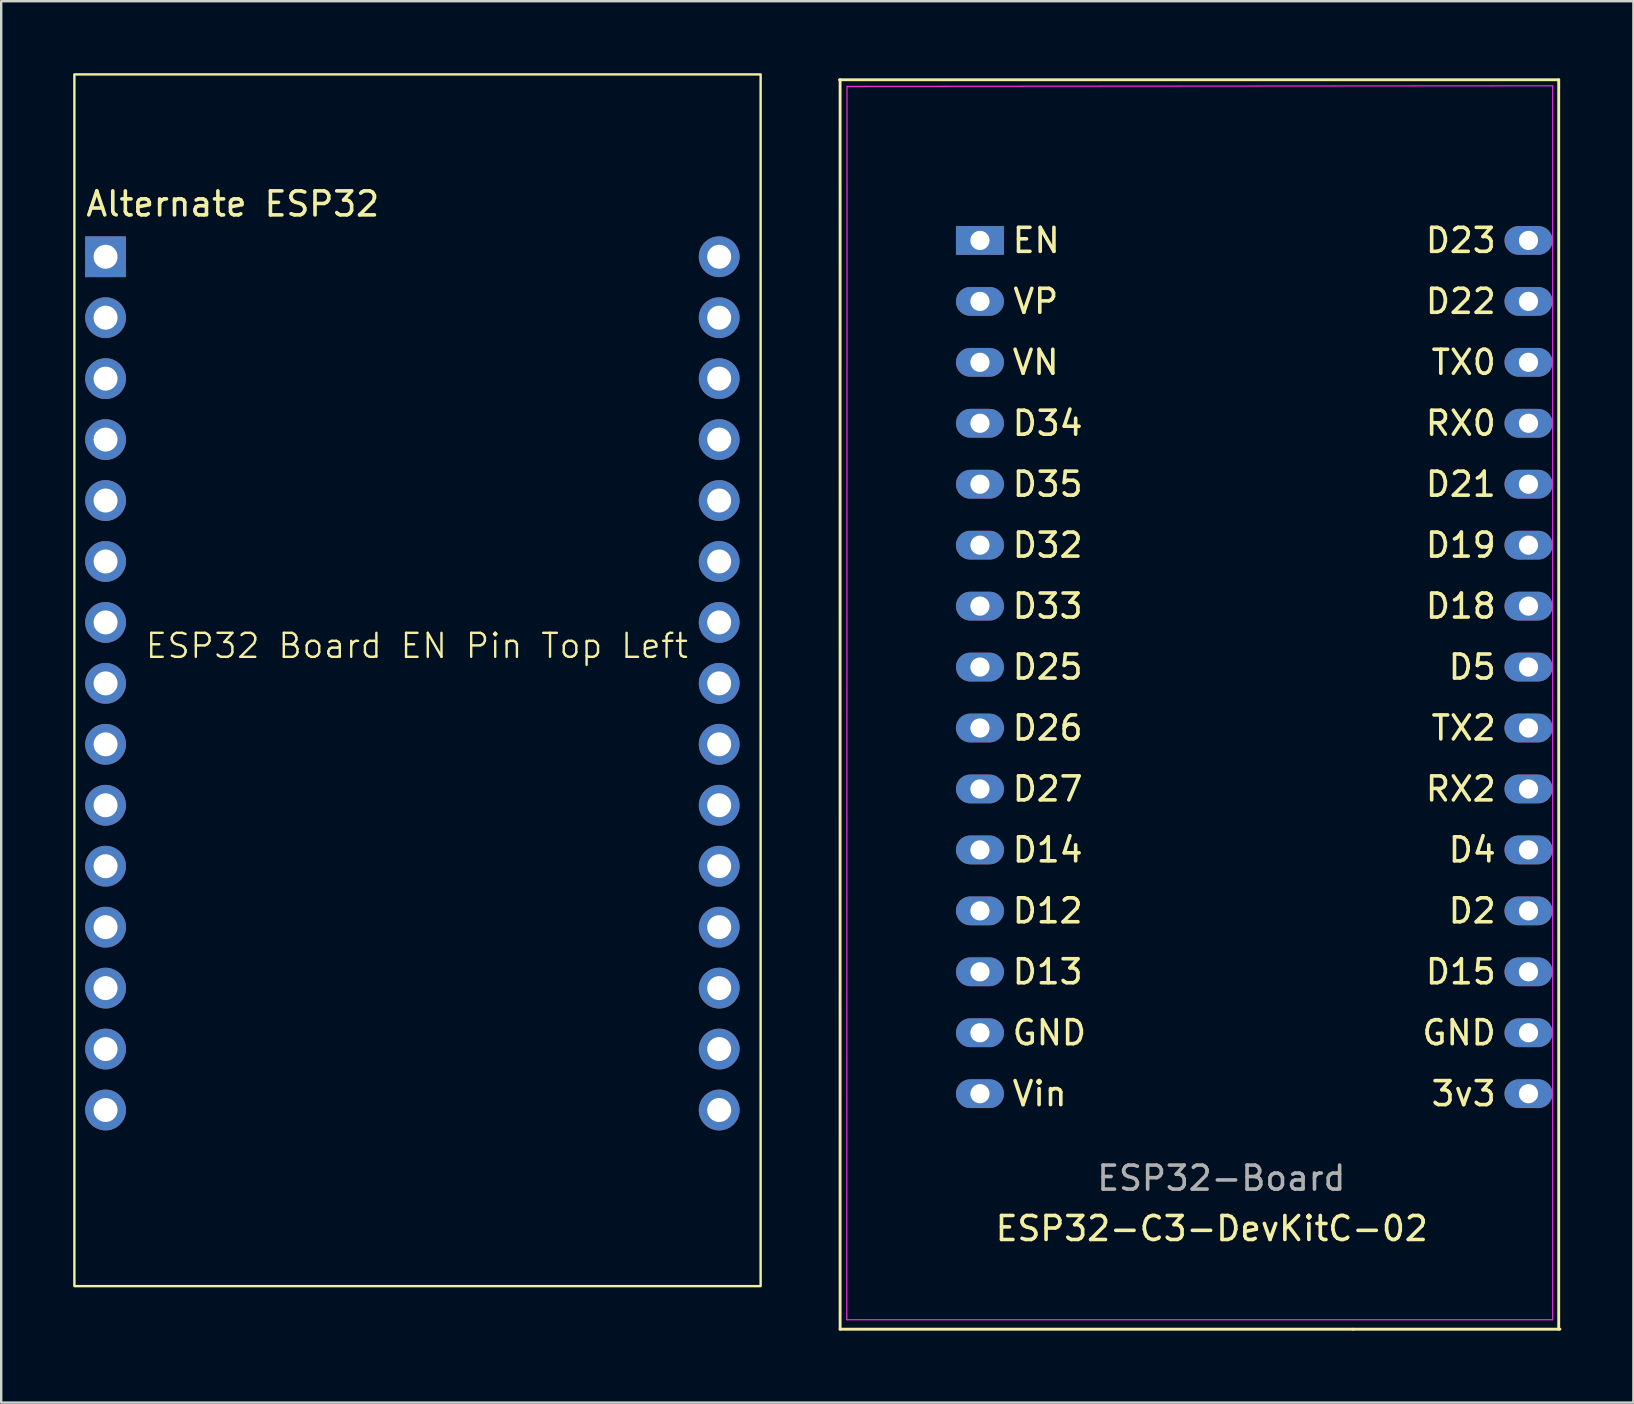
<source format=kicad_pcb>
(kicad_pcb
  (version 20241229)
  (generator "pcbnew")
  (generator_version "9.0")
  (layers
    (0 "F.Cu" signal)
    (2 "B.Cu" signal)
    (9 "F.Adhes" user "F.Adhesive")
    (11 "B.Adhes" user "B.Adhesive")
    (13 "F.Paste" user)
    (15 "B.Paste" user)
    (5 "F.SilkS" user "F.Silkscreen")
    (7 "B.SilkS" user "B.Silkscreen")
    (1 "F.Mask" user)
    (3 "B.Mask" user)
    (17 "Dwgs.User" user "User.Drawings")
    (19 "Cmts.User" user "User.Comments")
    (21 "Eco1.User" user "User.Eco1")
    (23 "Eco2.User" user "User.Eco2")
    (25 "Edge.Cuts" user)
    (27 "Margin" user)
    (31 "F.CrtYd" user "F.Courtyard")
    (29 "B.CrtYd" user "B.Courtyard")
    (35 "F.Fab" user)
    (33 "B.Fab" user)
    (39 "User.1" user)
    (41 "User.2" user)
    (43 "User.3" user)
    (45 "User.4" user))
  (footprint "ESP32-C3-DevKitC-02"
    (layer "F.Cu")
    (at 31.95 0.25)
    (property "Reference" "ESP32-C3-DevKitC-02" (at 15.5 47.9 0) (layer "F.SilkS") (effects (font (size 1 1) (thickness 0.15))))
    (attr through_hole)
    (fp_line (start 0.012 0.025) (end 0.012 52.095) (stroke (width 0.12) (type solid)) (layer "F.SilkS"))
    (fp_line (start 0.012 52.095) (end 21.4 52.095) (stroke (width 0.12) (type solid)) (layer "F.SilkS"))
    (fp_line (start 29.96 0.025) (end -0.012 0.025) (stroke (width 0.12) (type solid)) (layer "F.SilkS"))
    (fp_line (start 29.96 52.095) (end 29.96 0.025) (stroke (width 0.12) (type solid)) (layer "F.SilkS"))
    (fp_line (start 30.012 52.095) (end 21.4 52.095) (stroke (width 0.12) (type default)) (layer "F.SilkS"))
    (fp_line (start 0.29 51.7) (end 0.3 0.3) (stroke (width 0.05) (type solid)) (layer "F.CrtYd"))
    (fp_line (start 0.3 0.3) (end 29.71 0.275) (stroke (width 0.05) (type solid)) (layer "F.CrtYd"))
    (fp_line (start 29.7 51.7) (end 0.29 51.7) (stroke (width 0.05) (type solid)) (layer "F.CrtYd"))
    (fp_line (start 29.71 0.275) (end 29.71 51.7) (stroke (width 0.05) (type solid)) (layer "F.CrtYd"))
    (fp_text user "D2" (at 27.43 34.66 0) (unlocked yes) (layer "F.SilkS") (effects (font (size 1 1) (thickness 0.15)) (justify right)))
    (fp_text user "D19" (at 27.43 19.42 0) (unlocked yes) (layer "F.SilkS") (effects (font (size 1 1) (thickness 0.15)) (justify right)))
    (fp_text user "D33" (at 7.11 21.96 0) (unlocked yes) (layer "F.SilkS") (effects (font (size 1 1) (thickness 0.15)) (justify left)))
    (fp_text user "D35" (at 7.11 16.88 0) (unlocked yes) (layer "F.SilkS") (effects (font (size 1 1) (thickness 0.15)) (justify left)))
    (fp_text user "RX0" (at 27.43 14.34 0) (unlocked yes) (layer "F.SilkS") (effects (font (size 1 1) (thickness 0.15)) (justify right)))
    (fp_text user "D21" (at 27.43 16.88 0) (unlocked yes) (layer "F.SilkS") (effects (font (size 1 1) (thickness 0.15)) (justify right)))
    (fp_text user "D14" (at 7.11 32.12 0) (unlocked yes) (layer "F.SilkS") (effects (font (size 1 1) (thickness 0.15)) (justify left)))
    (fp_text user "D26" (at 7.11 27.04 0) (unlocked yes) (layer "F.SilkS") (effects (font (size 1 1) (thickness 0.15)) (justify left)))
    (fp_text user "RX2" (at 27.43 29.58 0) (unlocked yes) (layer "F.SilkS") (effects (font (size 1 1) (thickness 0.15)) (justify right)))
    (fp_text user "D34" (at 7.11 14.34 0) (unlocked yes) (layer "F.SilkS") (effects (font (size 1 1) (thickness 0.15)) (justify left)))
    (fp_text user "D18" (at 27.43 21.96 0) (unlocked yes) (layer "F.SilkS") (effects (font (size 1 1) (thickness 0.15)) (justify right)))
    (fp_text user "VN" (at 7.11 11.8 0) (unlocked yes) (layer "F.SilkS") (effects (font (size 1 1) (thickness 0.15)) (justify left)))
    (fp_text user "D13" (at 7.11 37.2 0) (unlocked yes) (layer "F.SilkS") (effects (font (size 1 1) (thickness 0.15)) (justify left)))
    (fp_text user "D32" (at 7.11 19.42 0) (unlocked yes) (layer "F.SilkS") (effects (font (size 1 1) (thickness 0.15)) (justify left)))
    (fp_text user "TX0" (at 27.43 11.8 0) (unlocked yes) (layer "F.SilkS") (effects (font (size 1 1) (thickness 0.15)) (justify right)))
    (fp_text user "D22" (at 27.43 9.26 0) (unlocked yes) (layer "F.SilkS") (effects (font (size 1 1) (thickness 0.15)) (justify right)))
    (fp_text user "D25" (at 7.11 24.5 0) (unlocked yes) (layer "F.SilkS") (effects (font (size 1 1) (thickness 0.15)) (justify left)))
    (fp_text user "D23" (at 27.43 6.72 0) (unlocked yes) (layer "F.SilkS") (effects (font (size 1 1) (thickness 0.15)) (justify right)))
    (fp_text user "D4" (at 27.43 32.12 0) (unlocked yes) (layer "F.SilkS") (effects (font (size 1 1) (thickness 0.15)) (justify right)))
    (fp_text user "EN" (at 7.11 6.72 0) (unlocked yes) (layer "F.SilkS") (effects (font (size 1 1) (thickness 0.15)) (justify left)))
    (fp_text user "Vin" (at 7.11 42.28 0) (unlocked yes) (layer "F.SilkS") (effects (font (size 1 1) (thickness 0.15)) (justify left)))
    (fp_text user "D15" (at 27.43 37.2 0) (unlocked yes) (layer "F.SilkS") (effects (font (size 1 1) (thickness 0.15)) (justify right)))
    (fp_text user "D27" (at 7.11 29.58 0) (unlocked yes) (layer "F.SilkS") (effects (font (size 1 1) (thickness 0.15)) (justify left)))
    (fp_text user "D12" (at 7.11 34.66 0) (unlocked yes) (layer "F.SilkS") (effects (font (size 1 1) (thickness 0.15)) (justify left)))
    (fp_text user "VP" (at 7.14 9.26 0) (unlocked yes) (layer "F.SilkS") (effects (font (size 1 1) (thickness 0.15)) (justify left)))
    (fp_text user "GND" (at 7.11 39.74 0) (unlocked yes) (layer "F.SilkS") (effects (font (size 1 1) (thickness 0.15)) (justify left)))
    (fp_text user "GND" (at 27.43 39.74 0) (unlocked yes) (layer "F.SilkS") (effects (font (size 1 1) (thickness 0.15)) (justify right)))
    (fp_text user "TX2" (at 27.43 27.04 0) (unlocked yes) (layer "F.SilkS") (effects (font (size 1 1) (thickness 0.15)) (justify right)))
    (fp_text user "D5" (at 27.43 24.5 0) (unlocked yes) (layer "F.SilkS") (effects (font (size 1 1) (thickness 0.15)) (justify right)))
    (fp_text user "3v3" (at 27.43 42.28 0) (unlocked yes) (layer "F.SilkS") (effects (font (size 1 1) (thickness 0.15)) (justify right)))
    (fp_text user "ESP32-Board" (at 15.9 45.8 0) (layer "F.Fab") (effects (font (size 1 1) (thickness 0.15))))
    (pad "1" thru_hole rect (at 5.84 6.72 270) (size 1.2 2) (drill 0.8) (layers "*.Cu" "*.Mask"))
    (pad "2" thru_hole oval (at 5.84 9.26 270) (size 1.2 2) (drill 0.8) (layers "*.Cu" "*.Mask"))
    (pad "3" thru_hole oval (at 5.84 11.8 270) (size 1.2 2) (drill 0.8) (layers "*.Cu" "*.Mask"))
    (pad "4" thru_hole oval (at 5.84 14.34 270) (size 1.2 2) (drill 0.8) (layers "*.Cu" "*.Mask"))
    (pad "5" thru_hole oval (at 5.84 16.88 270) (size 1.2 2) (drill 0.8) (layers "*.Cu" "*.Mask"))
    (pad "6" thru_hole oval (at 5.84 19.42 270) (size 1.2 2) (drill 0.8) (layers "*.Cu" "*.Mask"))
    (pad "7" thru_hole oval (at 5.84 21.96 270) (size 1.2 2) (drill 0.8) (layers "*.Cu" "*.Mask"))
    (pad "8" thru_hole oval (at 5.84 24.5 270) (size 1.2 2) (drill 0.8) (layers "*.Cu" "*.Mask"))
    (pad "9" thru_hole oval (at 5.84 27.04 270) (size 1.2 2) (drill 0.8) (layers "*.Cu" "*.Mask"))
    (pad "10" thru_hole oval (at 5.84 29.58 270) (size 1.2 2) (drill 0.8) (layers "*.Cu" "*.Mask"))
    (pad "11" thru_hole oval (at 5.84 32.12 270) (size 1.2 2) (drill 0.8) (layers "*.Cu" "*.Mask"))
    (pad "12" thru_hole oval (at 5.84 34.66 270) (size 1.2 2) (drill 0.8) (layers "*.Cu" "*.Mask"))
    (pad "13" thru_hole oval (at 5.84 37.2 270) (size 1.2 2) (drill 0.8) (layers "*.Cu" "*.Mask"))
    (pad "14" thru_hole oval (at 5.84 39.74 270) (size 1.2 2) (drill 0.8) (layers "*.Cu" "*.Mask"))
    (pad "15" thru_hole oval (at 5.84 42.28 270) (size 1.2 2) (drill 0.8) (layers "*.Cu" "*.Mask"))
    (pad "16" thru_hole oval (at 28.7 42.28 270) (size 1.2 2) (drill 0.8) (layers "*.Cu" "*.Mask"))
    (pad "17" thru_hole oval (at 28.7 39.74 270) (size 1.2 2) (drill 0.8) (layers "*.Cu" "*.Mask"))
    (pad "18" thru_hole oval (at 28.7 37.2 270) (size 1.2 2) (drill 0.8) (layers "*.Cu" "*.Mask"))
    (pad "19" thru_hole oval (at 28.7 34.66 270) (size 1.2 2) (drill 0.8) (layers "*.Cu" "*.Mask"))
    (pad "20" thru_hole oval (at 28.7 32.12 270) (size 1.2 2) (drill 0.8) (layers "*.Cu" "*.Mask"))
    (pad "21" thru_hole oval (at 28.7 29.58 270) (size 1.2 2) (drill 0.8) (layers "*.Cu" "*.Mask"))
    (pad "22" thru_hole oval (at 28.7 27.04 270) (size 1.2 2) (drill 0.8) (layers "*.Cu" "*.Mask"))
    (pad "23" thru_hole oval (at 28.7 24.5 270) (size 1.2 2) (drill 0.8) (layers "*.Cu" "*.Mask"))
    (pad "24" thru_hole oval (at 28.7 21.96 270) (size 1.2 2) (drill 0.8) (layers "*.Cu" "*.Mask"))
    (pad "25" thru_hole oval (at 28.7 19.42 270) (size 1.2 2) (drill 0.8) (layers "*.Cu" "*.Mask"))
    (pad "26" thru_hole oval (at 28.7 16.88 270) (size 1.2 2) (drill 0.8) (layers "*.Cu" "*.Mask"))
    (pad "27" thru_hole oval (at 28.7 14.34 270) (size 1.2 2) (drill 0.8) (layers "*.Cu" "*.Mask"))
    (pad "28" thru_hole oval (at 28.7 11.8 270) (size 1.2 2) (drill 0.8) (layers "*.Cu" "*.Mask"))
    (pad "29" thru_hole oval (at 28.7 9.26 270) (size 1.2 2) (drill 0.8) (layers "*.Cu" "*.Mask"))
    (pad "30" thru_hole oval (at 28.7 6.72 270) (size 1.2 2) (drill 0.8) (layers "*.Cu" "*.Mask")))
  (footprint "Alternate ESP32"
    (layer "F.Cu")
    (at 1.35 7.65)
    (property "Reference" "Alternate ESP32" (at 5.3 -2.2 0) (layer "F.SilkS") (effects (font (size 1 1) (thickness 0.15))))
    (attr through_hole)
    (fp_rect (start -1.3 -7.6) (end 27.3 42.9) (stroke (width 0.1) (type default)) (fill no) (layer "F.SilkS"))
    (fp_text user "ESP32 Board EN Pin Top Left" (at 1.6 16.8 0) (unlocked yes) (layer "F.SilkS") (effects (font (size 1 1) (thickness 0.1)) (justify left bottom)))
    (pad "1" thru_hole rect (at 0 0) (size 1.7 1.7) (drill 1) (layers "*.Cu" "*.Mask"))
    (pad "2" thru_hole oval (at 0 2.54) (size 1.7 1.7) (drill 1) (layers "*.Cu" "*.Mask"))
    (pad "3" thru_hole oval (at 0 5.08) (size 1.7 1.7) (drill 1) (layers "*.Cu" "*.Mask"))
    (pad "4" thru_hole oval (at 0 7.62) (size 1.7 1.7) (drill 1) (layers "*.Cu" "*.Mask"))
    (pad "5" thru_hole oval (at 0 10.16) (size 1.7 1.7) (drill 1) (layers "*.Cu" "*.Mask"))
    (pad "6" thru_hole oval (at 0 12.7) (size 1.7 1.7) (drill 1) (layers "*.Cu" "*.Mask"))
    (pad "7" thru_hole oval (at 0 15.24) (size 1.7 1.7) (drill 1) (layers "*.Cu" "*.Mask"))
    (pad "8" thru_hole oval (at 0 17.78) (size 1.7 1.7) (drill 1) (layers "*.Cu" "*.Mask"))
    (pad "9" thru_hole oval (at 0 20.32) (size 1.7 1.7) (drill 1) (layers "*.Cu" "*.Mask"))
    (pad "10" thru_hole oval (at 0 22.86) (size 1.7 1.7) (drill 1) (layers "*.Cu" "*.Mask"))
    (pad "11" thru_hole oval (at 0 25.4) (size 1.7 1.7) (drill 1) (layers "*.Cu" "*.Mask"))
    (pad "12" thru_hole oval (at 0 27.94) (size 1.7 1.7) (drill 1) (layers "*.Cu" "*.Mask"))
    (pad "13" thru_hole oval (at 0 30.48) (size 1.7 1.7) (drill 1) (layers "*.Cu" "*.Mask"))
    (pad "14" thru_hole oval (at 0 33.02) (size 1.7 1.7) (drill 1) (layers "*.Cu" "*.Mask"))
    (pad "15" thru_hole oval (at 0 35.56) (size 1.7 1.7) (drill 1) (layers "*.Cu" "*.Mask"))
    (pad "16" thru_hole oval (at 25.572 35.56) (size 1.7 1.7) (drill 1) (layers "*.Cu" "*.Mask"))
    (pad "17" thru_hole oval (at 25.572 33.02) (size 1.7 1.7) (drill 1) (layers "*.Cu" "*.Mask"))
    (pad "18" thru_hole oval (at 25.572 30.48) (size 1.7 1.7) (drill 1) (layers "*.Cu" "*.Mask"))
    (pad "19" thru_hole oval (at 25.572 27.94) (size 1.7 1.7) (drill 1) (layers "*.Cu" "*.Mask"))
    (pad "20" thru_hole oval (at 25.572 25.4) (size 1.7 1.7) (drill 1) (layers "*.Cu" "*.Mask"))
    (pad "21" thru_hole oval (at 25.572 22.86) (size 1.7 1.7) (drill 1) (layers "*.Cu" "*.Mask"))
    (pad "22" thru_hole oval (at 25.572 20.32) (size 1.7 1.7) (drill 1) (layers "*.Cu" "*.Mask"))
    (pad "23" thru_hole oval (at 25.572 17.78) (size 1.7 1.7) (drill 1) (layers "*.Cu" "*.Mask"))
    (pad "24" thru_hole oval (at 25.572 15.24) (size 1.7 1.7) (drill 1) (layers "*.Cu" "*.Mask"))
    (pad "25" thru_hole oval (at 25.572 12.7) (size 1.7 1.7) (drill 1) (layers "*.Cu" "*.Mask"))
    (pad "26" thru_hole oval (at 25.572 10.16) (size 1.7 1.7) (drill 1) (layers "*.Cu" "*.Mask"))
    (pad "27" thru_hole oval (at 25.572 7.62) (size 1.7 1.7) (drill 1) (layers "*.Cu" "*.Mask"))
    (pad "28" thru_hole oval (at 25.572 5.08) (size 1.7 1.7) (drill 1) (layers "*.Cu" "*.Mask"))
    (pad "29" thru_hole oval (at 25.572 2.54) (size 1.7 1.7) (drill 1) (layers "*.Cu" "*.Mask"))
    (pad "30" thru_hole oval (at 25.572 0) (size 1.7 1.7) (drill 1) (layers "*.Cu" "*.Mask")))
  (gr_rect
    (start -3 -3)
    (end 65.022 55.405)
    (stroke (width 0.1) (type default))
    (fill no)
    (layer "Edge.Cuts")))
</source>
